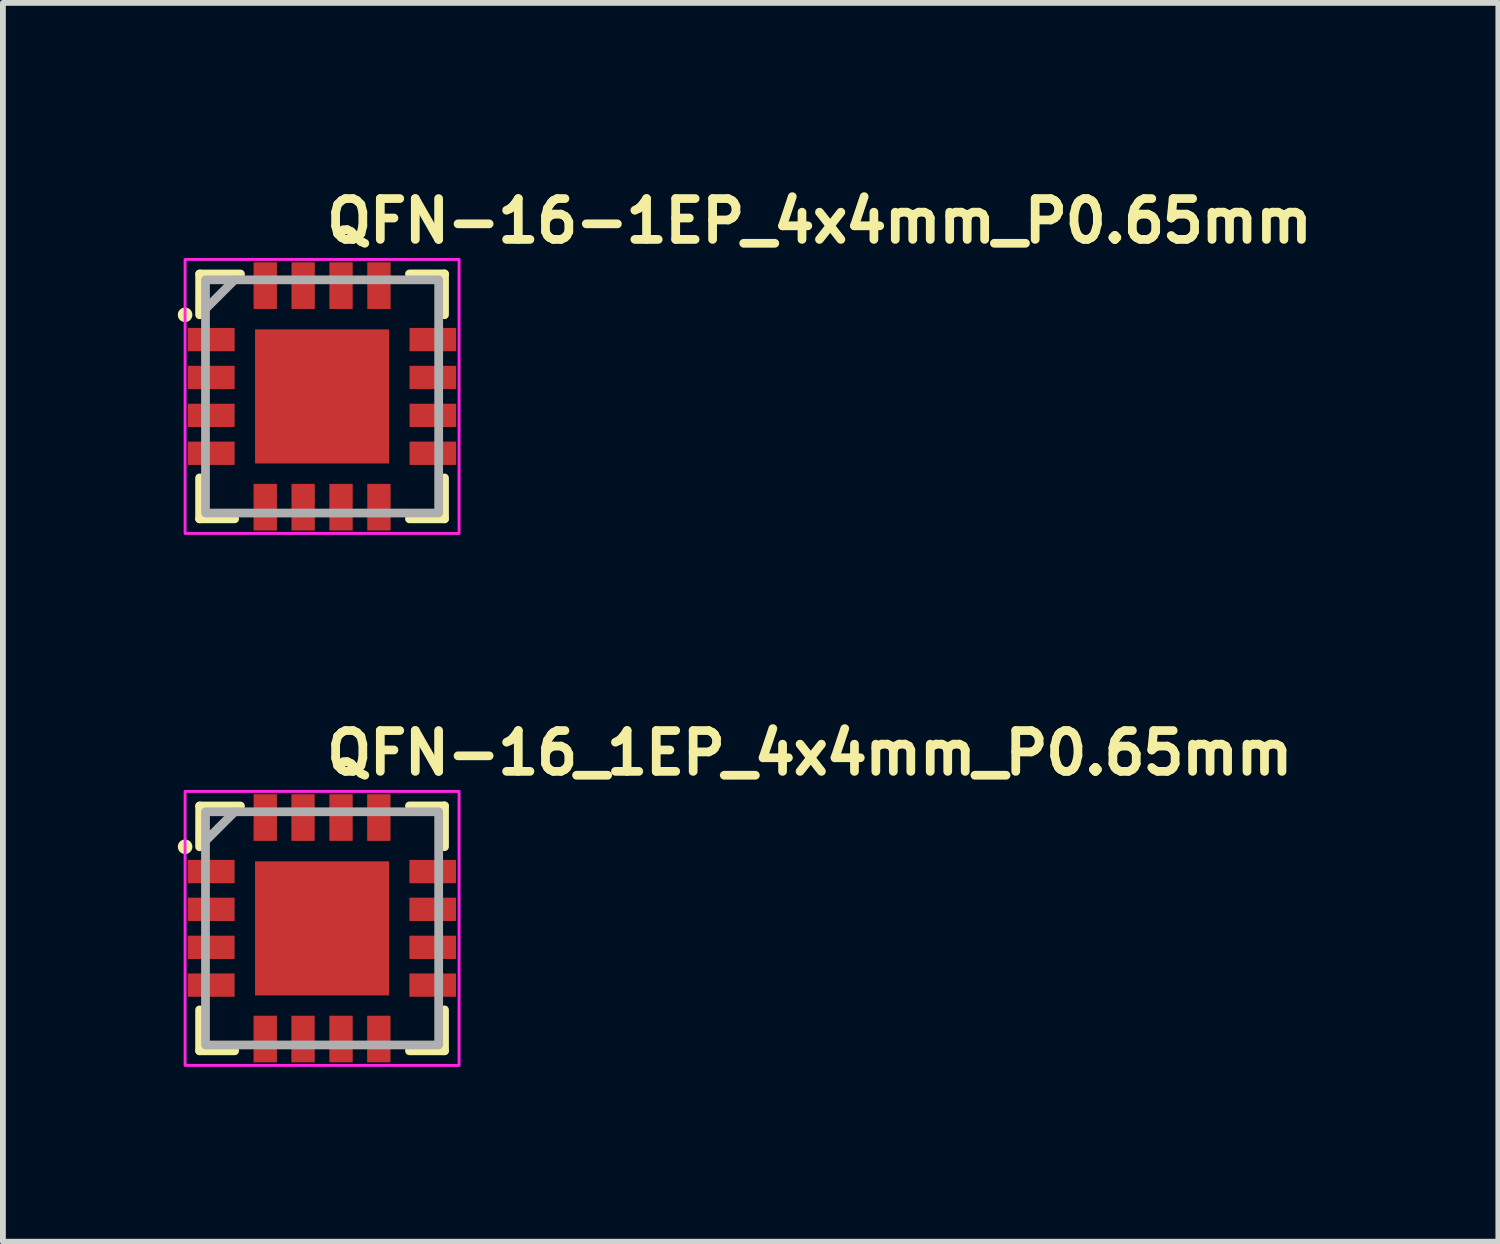
<source format=kicad_pcb>
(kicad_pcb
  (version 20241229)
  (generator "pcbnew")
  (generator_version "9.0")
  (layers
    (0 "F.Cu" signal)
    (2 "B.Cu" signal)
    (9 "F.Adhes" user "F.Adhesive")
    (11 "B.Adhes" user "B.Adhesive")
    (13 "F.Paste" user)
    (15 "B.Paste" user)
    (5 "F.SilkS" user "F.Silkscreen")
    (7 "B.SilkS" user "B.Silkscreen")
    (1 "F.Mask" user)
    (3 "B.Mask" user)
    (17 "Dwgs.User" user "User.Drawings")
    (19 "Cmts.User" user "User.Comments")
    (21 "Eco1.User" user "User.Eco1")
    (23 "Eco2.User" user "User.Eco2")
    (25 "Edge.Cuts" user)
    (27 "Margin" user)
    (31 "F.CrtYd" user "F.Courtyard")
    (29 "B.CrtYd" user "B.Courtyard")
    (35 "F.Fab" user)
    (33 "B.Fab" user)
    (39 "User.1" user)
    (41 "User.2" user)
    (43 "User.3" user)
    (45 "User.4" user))
  (footprint "QFN-16-1EP_4x4mm_P0.65mm"
    (layer "F.Cu")
    (at 2.475 3.75)
    (property "Reference" "QFN-16-1EP_4x4mm_P0.65mm" (at 0 -2.6 0) (layer "F.SilkS") (effects (font (size 0.7 0.7) (thickness 0.15)) (justify left bottom)))
    (attr smd)
    (fp_line (start -2.101 1.398) (end -2.101 2.1) (stroke (width 0.15) (type solid)) (layer "F.SilkS"))
    (fp_line (start -2.101 2.1) (end -1.5 2.1) (stroke (width 0.15) (type solid)) (layer "F.SilkS"))
    (fp_line (start -2.1 -2.1) (end -2.101 -1.4) (stroke (width 0.15) (type solid)) (layer "F.SilkS"))
    (fp_line (start -1.4 -2.1) (end -2.1 -2.1) (stroke (width 0.15) (type solid)) (layer "F.SilkS"))
    (fp_line (start 1.499 -2.101) (end 2.1 -2.101) (stroke (width 0.15) (type solid)) (layer "F.SilkS"))
    (fp_line (start 1.499 2.1) (end 2.1 2.1) (stroke (width 0.15) (type solid)) (layer "F.SilkS"))
    (fp_line (start 2.1 -2.101) (end 2.1 -1.401) (stroke (width 0.15) (type solid)) (layer "F.SilkS"))
    (fp_line (start 2.1 2.1) (end 2.1 1.398) (stroke (width 0.15) (type solid)) (layer "F.SilkS"))
    (fp_circle (center -2.35 -1.4) (end -2.3 -1.4) (stroke (width 0.15) (type solid)) (fill yes) (layer "F.SilkS"))
    (fp_rect (start -2.35 -2.35) (end 2.35 2.35) (stroke (width 0.05) (type solid)) (fill no) (layer "F.CrtYd"))
    (fp_line (start -1.5 -2) (end -2 -1.5) (stroke (width 0.15) (type solid)) (layer "F.Fab"))
    (fp_rect (start 2 2) (end -2 -2) (stroke (width 0.15) (type solid)) (fill no) (layer "F.Fab"))
    (fp_rect (start -2 -2) (end 1.999 1.999) (stroke (width 0.1) (type solid)) (fill no) (layer "User.5"))
    (fp_line (start -2 -1.125) (end -2 -0.826) (stroke (width 0.02) (type solid)) (layer "User.9"))
    (fp_line (start -2 -0.826) (end -1.99 -0.826) (stroke (width 0.02) (type solid)) (layer "User.9"))
    (fp_line (start -2 -0.476) (end -2 -0.176) (stroke (width 0.02) (type solid)) (layer "User.9"))
    (fp_line (start -2 -0.176) (end -1.99 -0.176) (stroke (width 0.02) (type solid)) (layer "User.9"))
    (fp_line (start -2 0.174) (end -2 0.474) (stroke (width 0.02) (type solid)) (layer "User.9"))
    (fp_line (start -2 0.474) (end -1.99 0.474) (stroke (width 0.02) (type solid)) (layer "User.9"))
    (fp_line (start -2 0.824) (end -2 1.124) (stroke (width 0.02) (type solid)) (layer "User.9"))
    (fp_line (start -2 1.124) (end -1.99 1.124) (stroke (width 0.02) (type solid)) (layer "User.9"))
    (fp_line (start -1.99 -1.99) (end -1.99 1.989) (stroke (width 0.02) (type solid)) (layer "User.9"))
    (fp_line (start -1.99 -1.125) (end -2 -1.125) (stroke (width 0.02) (type solid)) (layer "User.9"))
    (fp_line (start -1.99 -0.476) (end -2 -0.476) (stroke (width 0.02) (type solid)) (layer "User.9"))
    (fp_line (start -1.99 0.174) (end -2 0.174) (stroke (width 0.02) (type solid)) (layer "User.9"))
    (fp_line (start -1.99 0.824) (end -2 0.824) (stroke (width 0.02) (type solid)) (layer "User.9"))
    (fp_line (start -1.99 1.989) (end 1.989 1.989) (stroke (width 0.02) (type solid)) (layer "User.9"))
    (fp_line (start -1.125 -2) (end -1.125 -1.99) (stroke (width 0.02) (type solid)) (layer "User.9"))
    (fp_line (start -1.125 1.989) (end -1.125 1.999) (stroke (width 0.02) (type solid)) (layer "User.9"))
    (fp_line (start -1.125 1.999) (end -0.826 1.999) (stroke (width 0.02) (type solid)) (layer "User.9"))
    (fp_line (start -0.826 -2) (end -1.125 -2) (stroke (width 0.02) (type solid)) (layer "User.9"))
    (fp_line (start -0.826 -1.99) (end -0.826 -2) (stroke (width 0.02) (type solid)) (layer "User.9"))
    (fp_line (start -0.826 1.999) (end -0.826 1.989) (stroke (width 0.02) (type solid)) (layer "User.9"))
    (fp_line (start -0.476 -2) (end -0.476 -1.99) (stroke (width 0.02) (type solid)) (layer "User.9"))
    (fp_line (start -0.476 1.989) (end -0.476 1.999) (stroke (width 0.02) (type solid)) (layer "User.9"))
    (fp_line (start -0.476 1.999) (end -0.176 1.999) (stroke (width 0.02) (type solid)) (layer "User.9"))
    (fp_line (start -0.176 -2) (end -0.476 -2) (stroke (width 0.02) (type solid)) (layer "User.9"))
    (fp_line (start -0.176 -1.99) (end -0.176 -2) (stroke (width 0.02) (type solid)) (layer "User.9"))
    (fp_line (start -0.176 1.999) (end -0.176 1.989) (stroke (width 0.02) (type solid)) (layer "User.9"))
    (fp_line (start 0.174 -2) (end 0.174 -1.99) (stroke (width 0.02) (type solid)) (layer "User.9"))
    (fp_line (start 0.174 1.989) (end 0.174 1.999) (stroke (width 0.02) (type solid)) (layer "User.9"))
    (fp_line (start 0.174 1.999) (end 0.474 1.999) (stroke (width 0.02) (type solid)) (layer "User.9"))
    (fp_line (start 0.474 -2) (end 0.174 -2) (stroke (width 0.02) (type solid)) (layer "User.9"))
    (fp_line (start 0.474 -1.99) (end 0.474 -2) (stroke (width 0.02) (type solid)) (layer "User.9"))
    (fp_line (start 0.474 1.999) (end 0.474 1.989) (stroke (width 0.02) (type solid)) (layer "User.9"))
    (fp_line (start 0.824 -2) (end 0.824 -1.99) (stroke (width 0.02) (type solid)) (layer "User.9"))
    (fp_line (start 0.824 1.989) (end 0.824 1.999) (stroke (width 0.02) (type solid)) (layer "User.9"))
    (fp_line (start 0.824 1.999) (end 1.124 1.999) (stroke (width 0.02) (type solid)) (layer "User.9"))
    (fp_line (start 1.124 -2) (end 0.824 -2) (stroke (width 0.02) (type solid)) (layer "User.9"))
    (fp_line (start 1.124 -1.99) (end 1.124 -2) (stroke (width 0.02) (type solid)) (layer "User.9"))
    (fp_line (start 1.124 1.999) (end 1.124 1.989) (stroke (width 0.02) (type solid)) (layer "User.9"))
    (fp_line (start 1.989 -1.99) (end -1.99 -1.99) (stroke (width 0.02) (type solid)) (layer "User.9"))
    (fp_line (start 1.989 -0.826) (end 1.999 -0.826) (stroke (width 0.02) (type solid)) (layer "User.9"))
    (fp_line (start 1.989 -0.176) (end 1.999 -0.176) (stroke (width 0.02) (type solid)) (layer "User.9"))
    (fp_line (start 1.989 0.474) (end 1.999 0.474) (stroke (width 0.02) (type solid)) (layer "User.9"))
    (fp_line (start 1.989 1.124) (end 1.999 1.124) (stroke (width 0.02) (type solid)) (layer "User.9"))
    (fp_line (start 1.989 1.989) (end 1.989 -1.99) (stroke (width 0.02) (type solid)) (layer "User.9"))
    (fp_line (start 1.999 -1.125) (end 1.989 -1.125) (stroke (width 0.02) (type solid)) (layer "User.9"))
    (fp_line (start 1.999 -0.826) (end 1.999 -1.125) (stroke (width 0.02) (type solid)) (layer "User.9"))
    (fp_line (start 1.999 -0.476) (end 1.989 -0.476) (stroke (width 0.02) (type solid)) (layer "User.9"))
    (fp_line (start 1.999 -0.176) (end 1.999 -0.476) (stroke (width 0.02) (type solid)) (layer "User.9"))
    (fp_line (start 1.999 0.174) (end 1.989 0.174) (stroke (width 0.02) (type solid)) (layer "User.9"))
    (fp_line (start 1.999 0.474) (end 1.999 0.174) (stroke (width 0.02) (type solid)) (layer "User.9"))
    (fp_line (start 1.999 0.824) (end 1.989 0.824) (stroke (width 0.02) (type solid)) (layer "User.9"))
    (fp_line (start 1.999 1.124) (end 1.999 0.824) (stroke (width 0.02) (type solid)) (layer "User.9"))
    (fp_circle (center -1.55 -1.55) (end -1.4 -1.55) (stroke (width 0.02) (type solid)) (fill no) (layer "User.9"))
    (pad "1" smd rect (at -1.9 -0.975) (size 0.8 0.4) (layers "F.Cu" "F.Mask" "F.Paste"))
    (pad "2" smd rect (at -1.9 -0.325) (size 0.8 0.4) (layers "F.Cu" "F.Mask" "F.Paste"))
    (pad "3" smd rect (at -1.9 0.325) (size 0.8 0.4) (layers "F.Cu" "F.Mask" "F.Paste"))
    (pad "4" smd rect (at -1.9 0.975) (size 0.8 0.4) (layers "F.Cu" "F.Mask" "F.Paste"))
    (pad "5" smd rect (at -0.975 1.9) (size 0.4 0.8) (layers "F.Cu" "F.Mask" "F.Paste"))
    (pad "6" smd rect (at -0.325 1.9) (size 0.4 0.8) (layers "F.Cu" "F.Mask" "F.Paste"))
    (pad "7" smd rect (at 0.325 1.9) (size 0.4 0.8) (layers "F.Cu" "F.Mask" "F.Paste"))
    (pad "8" smd rect (at 0.975 1.9) (size 0.4 0.8) (layers "F.Cu" "F.Mask" "F.Paste"))
    (pad "9" smd rect (at 1.9 0.975) (size 0.8 0.4) (layers "F.Cu" "F.Mask" "F.Paste"))
    (pad "10" smd rect (at 1.9 0.325) (size 0.8 0.4) (layers "F.Cu" "F.Mask" "F.Paste"))
    (pad "11" smd rect (at 1.9 -0.325) (size 0.8 0.4) (layers "F.Cu" "F.Mask" "F.Paste"))
    (pad "12" smd rect (at 1.9 -0.975) (size 0.8 0.4) (layers "F.Cu" "F.Mask" "F.Paste"))
    (pad "13" smd rect (at 0.975 -1.9) (size 0.4 0.8) (layers "F.Cu" "F.Mask" "F.Paste"))
    (pad "14" smd rect (at 0.325 -1.9) (size 0.4 0.8) (layers "F.Cu" "F.Mask" "F.Paste"))
    (pad "15" smd rect (at -0.325 -1.9) (size 0.4 0.8) (layers "F.Cu" "F.Mask" "F.Paste"))
    (pad "16" smd rect (at -0.975 -1.9) (size 0.4 0.8) (layers "F.Cu" "F.Mask" "F.Paste"))
    (pad "17" smd rect (at 0 0) (size 2.3 2.3) (layers "F.Cu" "F.Mask" "F.Paste")))
  (footprint "QFN-16_1EP_4x4mm_P0.65mm"
    (layer "F.Cu")
    (at 2.475 12.875)
    (property "Reference" "QFN-16_1EP_4x4mm_P0.65mm" (at 0 -2.6 0) (layer "F.SilkS") (effects (font (size 0.7 0.7) (thickness 0.15)) (justify left bottom)))
    (attr smd)
    (fp_line (start -2.101 1.398) (end -2.101 2.1) (stroke (width 0.15) (type solid)) (layer "F.SilkS"))
    (fp_line (start -2.101 2.1) (end -1.5 2.1) (stroke (width 0.15) (type solid)) (layer "F.SilkS"))
    (fp_line (start -2.1 -2.1) (end -2.101 -1.4) (stroke (width 0.15) (type solid)) (layer "F.SilkS"))
    (fp_line (start -1.4 -2.1) (end -2.1 -2.1) (stroke (width 0.15) (type solid)) (layer "F.SilkS"))
    (fp_line (start 1.499 -2.101) (end 2.1 -2.101) (stroke (width 0.15) (type solid)) (layer "F.SilkS"))
    (fp_line (start 1.499 2.1) (end 2.1 2.1) (stroke (width 0.15) (type solid)) (layer "F.SilkS"))
    (fp_line (start 2.1 -2.101) (end 2.1 -1.401) (stroke (width 0.15) (type solid)) (layer "F.SilkS"))
    (fp_line (start 2.1 2.1) (end 2.1 1.398) (stroke (width 0.15) (type solid)) (layer "F.SilkS"))
    (fp_circle (center -2.35 -1.4) (end -2.3 -1.4) (stroke (width 0.15) (type solid)) (fill yes) (layer "F.SilkS"))
    (fp_rect (start -2.35 -2.35) (end 2.35 2.35) (stroke (width 0.05) (type solid)) (fill no) (layer "F.CrtYd"))
    (fp_line (start -1.5 -2) (end -2 -1.5) (stroke (width 0.15) (type solid)) (layer "F.Fab"))
    (fp_rect (start 2 2) (end -2 -2) (stroke (width 0.15) (type solid)) (fill no) (layer "F.Fab"))
    (fp_rect (start -2 -2) (end 1.999 1.999) (stroke (width 0.1) (type solid)) (fill no) (layer "User.5"))
    (fp_line (start -2 -1.125) (end -2 -0.826) (stroke (width 0.02) (type solid)) (layer "User.9"))
    (fp_line (start -2 -0.826) (end -1.99 -0.826) (stroke (width 0.02) (type solid)) (layer "User.9"))
    (fp_line (start -2 -0.476) (end -2 -0.176) (stroke (width 0.02) (type solid)) (layer "User.9"))
    (fp_line (start -2 -0.176) (end -1.99 -0.176) (stroke (width 0.02) (type solid)) (layer "User.9"))
    (fp_line (start -2 0.174) (end -2 0.474) (stroke (width 0.02) (type solid)) (layer "User.9"))
    (fp_line (start -2 0.474) (end -1.99 0.474) (stroke (width 0.02) (type solid)) (layer "User.9"))
    (fp_line (start -2 0.824) (end -2 1.124) (stroke (width 0.02) (type solid)) (layer "User.9"))
    (fp_line (start -2 1.124) (end -1.99 1.124) (stroke (width 0.02) (type solid)) (layer "User.9"))
    (fp_line (start -1.99 -1.99) (end -1.99 1.989) (stroke (width 0.02) (type solid)) (layer "User.9"))
    (fp_line (start -1.99 -1.125) (end -2 -1.125) (stroke (width 0.02) (type solid)) (layer "User.9"))
    (fp_line (start -1.99 -0.476) (end -2 -0.476) (stroke (width 0.02) (type solid)) (layer "User.9"))
    (fp_line (start -1.99 0.174) (end -2 0.174) (stroke (width 0.02) (type solid)) (layer "User.9"))
    (fp_line (start -1.99 0.824) (end -2 0.824) (stroke (width 0.02) (type solid)) (layer "User.9"))
    (fp_line (start -1.99 1.989) (end 1.989 1.989) (stroke (width 0.02) (type solid)) (layer "User.9"))
    (fp_line (start -1.125 -2) (end -1.125 -1.99) (stroke (width 0.02) (type solid)) (layer "User.9"))
    (fp_line (start -1.125 1.989) (end -1.125 1.999) (stroke (width 0.02) (type solid)) (layer "User.9"))
    (fp_line (start -1.125 1.999) (end -0.826 1.999) (stroke (width 0.02) (type solid)) (layer "User.9"))
    (fp_line (start -0.826 -2) (end -1.125 -2) (stroke (width 0.02) (type solid)) (layer "User.9"))
    (fp_line (start -0.826 -1.99) (end -0.826 -2) (stroke (width 0.02) (type solid)) (layer "User.9"))
    (fp_line (start -0.826 1.999) (end -0.826 1.989) (stroke (width 0.02) (type solid)) (layer "User.9"))
    (fp_line (start -0.476 -2) (end -0.476 -1.99) (stroke (width 0.02) (type solid)) (layer "User.9"))
    (fp_line (start -0.476 1.989) (end -0.476 1.999) (stroke (width 0.02) (type solid)) (layer "User.9"))
    (fp_line (start -0.476 1.999) (end -0.176 1.999) (stroke (width 0.02) (type solid)) (layer "User.9"))
    (fp_line (start -0.176 -2) (end -0.476 -2) (stroke (width 0.02) (type solid)) (layer "User.9"))
    (fp_line (start -0.176 -1.99) (end -0.176 -2) (stroke (width 0.02) (type solid)) (layer "User.9"))
    (fp_line (start -0.176 1.999) (end -0.176 1.989) (stroke (width 0.02) (type solid)) (layer "User.9"))
    (fp_line (start 0.174 -2) (end 0.174 -1.99) (stroke (width 0.02) (type solid)) (layer "User.9"))
    (fp_line (start 0.174 1.989) (end 0.174 1.999) (stroke (width 0.02) (type solid)) (layer "User.9"))
    (fp_line (start 0.174 1.999) (end 0.474 1.999) (stroke (width 0.02) (type solid)) (layer "User.9"))
    (fp_line (start 0.474 -2) (end 0.174 -2) (stroke (width 0.02) (type solid)) (layer "User.9"))
    (fp_line (start 0.474 -1.99) (end 0.474 -2) (stroke (width 0.02) (type solid)) (layer "User.9"))
    (fp_line (start 0.474 1.999) (end 0.474 1.989) (stroke (width 0.02) (type solid)) (layer "User.9"))
    (fp_line (start 0.824 -2) (end 0.824 -1.99) (stroke (width 0.02) (type solid)) (layer "User.9"))
    (fp_line (start 0.824 1.989) (end 0.824 1.999) (stroke (width 0.02) (type solid)) (layer "User.9"))
    (fp_line (start 0.824 1.999) (end 1.124 1.999) (stroke (width 0.02) (type solid)) (layer "User.9"))
    (fp_line (start 1.124 -2) (end 0.824 -2) (stroke (width 0.02) (type solid)) (layer "User.9"))
    (fp_line (start 1.124 -1.99) (end 1.124 -2) (stroke (width 0.02) (type solid)) (layer "User.9"))
    (fp_line (start 1.124 1.999) (end 1.124 1.989) (stroke (width 0.02) (type solid)) (layer "User.9"))
    (fp_line (start 1.989 -1.99) (end -1.99 -1.99) (stroke (width 0.02) (type solid)) (layer "User.9"))
    (fp_line (start 1.989 -0.826) (end 1.999 -0.826) (stroke (width 0.02) (type solid)) (layer "User.9"))
    (fp_line (start 1.989 -0.176) (end 1.999 -0.176) (stroke (width 0.02) (type solid)) (layer "User.9"))
    (fp_line (start 1.989 0.474) (end 1.999 0.474) (stroke (width 0.02) (type solid)) (layer "User.9"))
    (fp_line (start 1.989 1.124) (end 1.999 1.124) (stroke (width 0.02) (type solid)) (layer "User.9"))
    (fp_line (start 1.989 1.989) (end 1.989 -1.99) (stroke (width 0.02) (type solid)) (layer "User.9"))
    (fp_line (start 1.999 -1.125) (end 1.989 -1.125) (stroke (width 0.02) (type solid)) (layer "User.9"))
    (fp_line (start 1.999 -0.826) (end 1.999 -1.125) (stroke (width 0.02) (type solid)) (layer "User.9"))
    (fp_line (start 1.999 -0.476) (end 1.989 -0.476) (stroke (width 0.02) (type solid)) (layer "User.9"))
    (fp_line (start 1.999 -0.176) (end 1.999 -0.476) (stroke (width 0.02) (type solid)) (layer "User.9"))
    (fp_line (start 1.999 0.174) (end 1.989 0.174) (stroke (width 0.02) (type solid)) (layer "User.9"))
    (fp_line (start 1.999 0.474) (end 1.999 0.174) (stroke (width 0.02) (type solid)) (layer "User.9"))
    (fp_line (start 1.999 0.824) (end 1.989 0.824) (stroke (width 0.02) (type solid)) (layer "User.9"))
    (fp_line (start 1.999 1.124) (end 1.999 0.824) (stroke (width 0.02) (type solid)) (layer "User.9"))
    (fp_circle (center -1.55 -1.55) (end -1.4 -1.55) (stroke (width 0.02) (type solid)) (fill no) (layer "User.9"))
    (pad "1" smd rect (at -1.901 -0.975) (size 0.8 0.4) (layers "F.Cu" "F.Mask" "F.Paste"))
    (pad "2" smd rect (at -1.901 -0.327) (size 0.8 0.4) (layers "F.Cu" "F.Mask" "F.Paste"))
    (pad "3" smd rect (at -1.901 0.325) (size 0.8 0.4) (layers "F.Cu" "F.Mask" "F.Paste"))
    (pad "4" smd rect (at -1.901 0.973) (size 0.8 0.4) (layers "F.Cu" "F.Mask" "F.Paste"))
    (pad "5" smd rect (at -0.975 1.898) (size 0.4 0.8) (layers "F.Cu" "F.Mask" "F.Paste"))
    (pad "6" smd rect (at -0.327 1.898) (size 0.4 0.8) (layers "F.Cu" "F.Mask" "F.Paste"))
    (pad "7" smd rect (at 0.325 1.898) (size 0.4 0.8) (layers "F.Cu" "F.Mask" "F.Paste"))
    (pad "8" smd rect (at 0.973 1.898) (size 0.4 0.8) (layers "F.Cu" "F.Mask" "F.Paste"))
    (pad "9" smd rect (at 1.898 0.973) (size 0.8 0.4) (layers "F.Cu" "F.Mask" "F.Paste"))
    (pad "10" smd rect (at 1.898 0.325) (size 0.8 0.4) (layers "F.Cu" "F.Mask" "F.Paste"))
    (pad "11" smd rect (at 1.898 -0.327) (size 0.8 0.4) (layers "F.Cu" "F.Mask" "F.Paste"))
    (pad "12" smd rect (at 1.898 -0.975) (size 0.8 0.4) (layers "F.Cu" "F.Mask" "F.Paste"))
    (pad "13" smd rect (at 0.973 -1.901) (size 0.4 0.8) (layers "F.Cu" "F.Mask" "F.Paste"))
    (pad "14" smd rect (at 0.325 -1.901) (size 0.4 0.8) (layers "F.Cu" "F.Mask" "F.Paste"))
    (pad "15" smd rect (at -0.327 -1.901) (size 0.4 0.8) (layers "F.Cu" "F.Mask" "F.Paste"))
    (pad "16" smd rect (at -0.975 -1.901) (size 0.4 0.8) (layers "F.Cu" "F.Mask" "F.Paste"))
    (pad "17" smd rect (at 0 0) (size 2.3 2.3) (layers "F.Cu" "F.Mask" "F.Paste")))
  (gr_rect
    (start -3 -3)
    (end 22.652 18.25)
    (stroke (width 0.1) (type default))
    (fill no)
    (layer "Edge.Cuts")))
</source>
